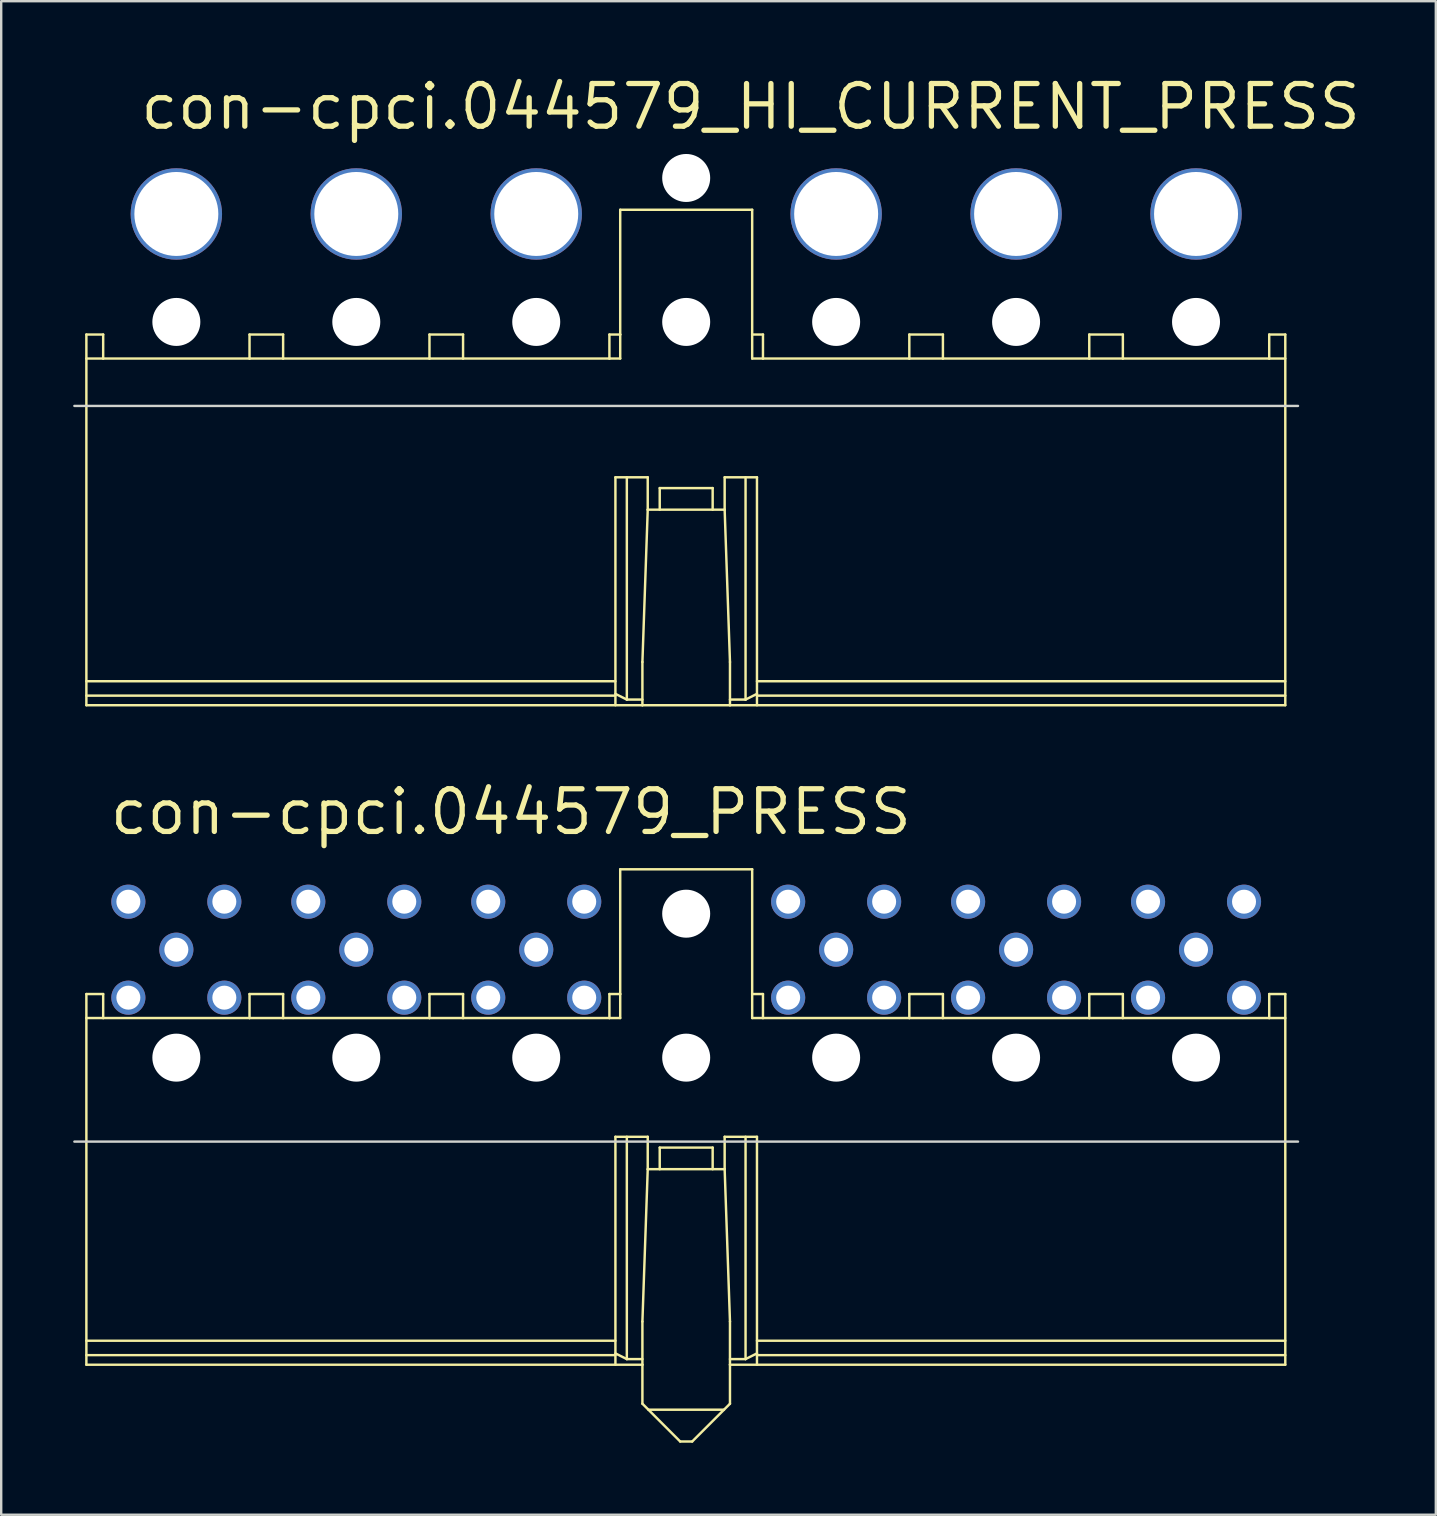
<source format=kicad_pcb>
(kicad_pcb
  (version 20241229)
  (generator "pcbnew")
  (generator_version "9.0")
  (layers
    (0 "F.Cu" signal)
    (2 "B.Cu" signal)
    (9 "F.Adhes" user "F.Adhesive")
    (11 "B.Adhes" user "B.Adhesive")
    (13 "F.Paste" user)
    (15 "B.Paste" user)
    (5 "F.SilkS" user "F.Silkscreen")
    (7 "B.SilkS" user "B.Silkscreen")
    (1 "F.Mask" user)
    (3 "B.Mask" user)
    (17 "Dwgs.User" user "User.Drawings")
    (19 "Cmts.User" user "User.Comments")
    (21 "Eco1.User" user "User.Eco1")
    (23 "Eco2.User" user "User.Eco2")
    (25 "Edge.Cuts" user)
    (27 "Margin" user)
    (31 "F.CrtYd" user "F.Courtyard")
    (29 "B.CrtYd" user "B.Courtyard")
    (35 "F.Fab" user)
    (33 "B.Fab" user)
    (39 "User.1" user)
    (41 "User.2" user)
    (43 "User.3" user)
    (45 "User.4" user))
  (footprint "con-cpci.044579_PRESS"
    (layer "F.Cu")
    (at 25.55 41.032)
    (property "Reference" "con-cpci.044579_PRESS" (at -24.13 -9.2 0) (layer "F.SilkS") (effects (font (size 1.778 1.778) (thickness 0.22)) (justify left bottom)))
    (attr through_hole)
    (fp_line (start -25 -2.651) (end -25 12.799) (stroke (width 0.102) (type default)) (layer "F.SilkS"))
    (fp_line (start -25 -1.651) (end -24.3 -1.651) (stroke (width 0.102) (type default)) (layer "F.SilkS"))
    (fp_line (start -25 11.799) (end -2.95 11.799) (stroke (width 0.102) (type default)) (layer "F.SilkS"))
    (fp_line (start -25 12.399) (end -2.95 12.399) (stroke (width 0.102) (type default)) (layer "F.SilkS"))
    (fp_line (start -25 12.799) (end -1.825 12.799) (stroke (width 0.102) (type default)) (layer "F.SilkS"))
    (fp_line (start -24.3 -2.651) (end -25 -2.651) (stroke (width 0.102) (type default)) (layer "F.SilkS"))
    (fp_line (start -24.3 -1.651) (end -24.3 -2.651) (stroke (width 0.102) (type default)) (layer "F.SilkS"))
    (fp_line (start -18.2 -2.651) (end -18.2 -1.651) (stroke (width 0.102) (type default)) (layer "F.SilkS"))
    (fp_line (start -18.2 -1.651) (end -24.3 -1.651) (stroke (width 0.102) (type default)) (layer "F.SilkS"))
    (fp_line (start -18.2 -1.651) (end -16.8 -1.651) (stroke (width 0.102) (type default)) (layer "F.SilkS"))
    (fp_line (start -16.8 -2.651) (end -18.2 -2.651) (stroke (width 0.102) (type default)) (layer "F.SilkS"))
    (fp_line (start -16.8 -1.651) (end -16.8 -2.651) (stroke (width 0.102) (type default)) (layer "F.SilkS"))
    (fp_line (start -10.7 -2.651) (end -10.7 -1.651) (stroke (width 0.102) (type default)) (layer "F.SilkS"))
    (fp_line (start -10.7 -1.651) (end -16.8 -1.651) (stroke (width 0.102) (type default)) (layer "F.SilkS"))
    (fp_line (start -10.7 -1.651) (end -9.3 -1.651) (stroke (width 0.102) (type default)) (layer "F.SilkS"))
    (fp_line (start -9.3 -2.651) (end -10.7 -2.651) (stroke (width 0.102) (type default)) (layer "F.SilkS"))
    (fp_line (start -9.3 -1.651) (end -9.3 -2.651) (stroke (width 0.102) (type default)) (layer "F.SilkS"))
    (fp_line (start -3.2 -2.651) (end -3.2 -1.651) (stroke (width 0.102) (type default)) (layer "F.SilkS"))
    (fp_line (start -3.2 -1.651) (end -9.3 -1.651) (stroke (width 0.102) (type default)) (layer "F.SilkS"))
    (fp_line (start -3.2 -1.651) (end -2.75 -1.651) (stroke (width 0.102) (type default)) (layer "F.SilkS"))
    (fp_line (start -2.95 3.299) (end -1.603 3.299) (stroke (width 0.102) (type default)) (layer "F.SilkS"))
    (fp_line (start -2.95 12.326) (end -2.474 12.564) (stroke (width 0.102) (type default)) (layer "F.SilkS"))
    (fp_line (start -2.95 12.799) (end -2.95 3.299) (stroke (width 0.102) (type default)) (layer "F.SilkS"))
    (fp_line (start -2.75 -7.851) (end -2.75 -2.651) (stroke (width 0.102) (type default)) (layer "F.SilkS"))
    (fp_line (start -2.75 -7.851) (end 2.75 -7.851) (stroke (width 0.102) (type default)) (layer "F.SilkS"))
    (fp_line (start -2.75 -2.651) (end -3.2 -2.651) (stroke (width 0.102) (type default)) (layer "F.SilkS"))
    (fp_line (start -2.75 -1.651) (end -2.75 -2.651) (stroke (width 0.102) (type default)) (layer "F.SilkS"))
    (fp_line (start -2.474 12.564) (end -2.474 3.299) (stroke (width 0.102) (type default)) (layer "F.SilkS"))
    (fp_line (start -2.474 12.564) (end -1.825 12.564) (stroke (width 0.102) (type default)) (layer "F.SilkS"))
    (fp_line (start -1.825 10.999) (end -1.603 4.649) (stroke (width 0.102) (type default)) (layer "F.SilkS"))
    (fp_line (start -1.825 12.799) (end -1.825 10.999) (stroke (width 0.102) (type default)) (layer "F.SilkS"))
    (fp_line (start -1.825 12.799) (end -1.825 14.424) (stroke (width 0.102) (type default)) (layer "F.SilkS"))
    (fp_line (start -1.825 14.424) (end -0.25 15.999) (stroke (width 0.102) (type default)) (layer "F.SilkS"))
    (fp_line (start -1.603 4.649) (end -1.603 3.299) (stroke (width 0.102) (type default)) (layer "F.SilkS"))
    (fp_line (start -1.103 3.749) (end -1.103 4.649) (stroke (width 0.102) (type default)) (layer "F.SilkS"))
    (fp_line (start -1.103 3.749) (end 1.103 3.749) (stroke (width 0.102) (type default)) (layer "F.SilkS"))
    (fp_line (start 0.25 15.999) (end -0.25 15.999) (stroke (width 0.102) (type default)) (layer "F.SilkS"))
    (fp_line (start 1.103 3.749) (end 1.103 4.649) (stroke (width 0.102) (type default)) (layer "F.SilkS"))
    (fp_line (start 1.575 14.674) (end -1.575 14.674) (stroke (width 0.102) (type default)) (layer "F.SilkS"))
    (fp_line (start 1.603 4.649) (end -1.603 4.649) (stroke (width 0.102) (type default)) (layer "F.SilkS"))
    (fp_line (start 1.603 4.649) (end 1.603 3.299) (stroke (width 0.102) (type default)) (layer "F.SilkS"))
    (fp_line (start 1.825 10.999) (end 1.603 4.649) (stroke (width 0.102) (type default)) (layer "F.SilkS"))
    (fp_line (start 1.825 12.799) (end 1.825 10.999) (stroke (width 0.102) (type default)) (layer "F.SilkS"))
    (fp_line (start 1.825 12.799) (end 1.825 14.424) (stroke (width 0.102) (type default)) (layer "F.SilkS"))
    (fp_line (start 1.825 14.424) (end 0.25 15.999) (stroke (width 0.102) (type default)) (layer "F.SilkS"))
    (fp_line (start 2.474 12.564) (end 1.825 12.564) (stroke (width 0.102) (type default)) (layer "F.SilkS"))
    (fp_line (start 2.474 12.564) (end 2.474 3.299) (stroke (width 0.102) (type default)) (layer "F.SilkS"))
    (fp_line (start 2.75 -7.851) (end 2.75 -2.651) (stroke (width 0.102) (type default)) (layer "F.SilkS"))
    (fp_line (start 2.75 -2.651) (end 3.2 -2.651) (stroke (width 0.102) (type default)) (layer "F.SilkS"))
    (fp_line (start 2.75 -1.651) (end 2.75 -2.651) (stroke (width 0.102) (type default)) (layer "F.SilkS"))
    (fp_line (start 2.95 3.299) (end 1.603 3.299) (stroke (width 0.102) (type default)) (layer "F.SilkS"))
    (fp_line (start 2.95 11.799) (end 24.97 11.799) (stroke (width 0.102) (type default)) (layer "F.SilkS"))
    (fp_line (start 2.95 12.326) (end 2.474 12.564) (stroke (width 0.102) (type default)) (layer "F.SilkS"))
    (fp_line (start 2.95 12.399) (end 24.97 12.399) (stroke (width 0.102) (type default)) (layer "F.SilkS"))
    (fp_line (start 2.95 12.799) (end 2.95 3.299) (stroke (width 0.102) (type default)) (layer "F.SilkS"))
    (fp_line (start 3.2 -2.651) (end 3.2 -1.651) (stroke (width 0.102) (type default)) (layer "F.SilkS"))
    (fp_line (start 3.2 -1.651) (end 2.75 -1.651) (stroke (width 0.102) (type default)) (layer "F.SilkS"))
    (fp_line (start 3.2 -1.651) (end 9.3 -1.651) (stroke (width 0.102) (type default)) (layer "F.SilkS"))
    (fp_line (start 9.3 -2.651) (end 10.7 -2.651) (stroke (width 0.102) (type default)) (layer "F.SilkS"))
    (fp_line (start 9.3 -1.651) (end 9.3 -2.651) (stroke (width 0.102) (type default)) (layer "F.SilkS"))
    (fp_line (start 10.7 -2.651) (end 10.7 -1.651) (stroke (width 0.102) (type default)) (layer "F.SilkS"))
    (fp_line (start 10.7 -1.651) (end 9.3 -1.651) (stroke (width 0.102) (type default)) (layer "F.SilkS"))
    (fp_line (start 10.7 -1.651) (end 16.8 -1.651) (stroke (width 0.102) (type default)) (layer "F.SilkS"))
    (fp_line (start 16.8 -2.651) (end 18.2 -2.651) (stroke (width 0.102) (type default)) (layer "F.SilkS"))
    (fp_line (start 16.8 -1.651) (end 16.8 -2.651) (stroke (width 0.102) (type default)) (layer "F.SilkS"))
    (fp_line (start 18.2 -2.651) (end 18.2 -1.651) (stroke (width 0.102) (type default)) (layer "F.SilkS"))
    (fp_line (start 18.2 -1.651) (end 16.8 -1.651) (stroke (width 0.102) (type default)) (layer "F.SilkS"))
    (fp_line (start 18.2 -1.651) (end 24.3 -1.651) (stroke (width 0.102) (type default)) (layer "F.SilkS"))
    (fp_line (start 24.3 -2.651) (end 24.97 -2.651) (stroke (width 0.102) (type default)) (layer "F.SilkS"))
    (fp_line (start 24.3 -1.651) (end 24.3 -2.651) (stroke (width 0.102) (type default)) (layer "F.SilkS"))
    (fp_line (start 24.3 -1.651) (end 24.97 -1.651) (stroke (width 0.102) (type default)) (layer "F.SilkS"))
    (fp_line (start 24.97 -2.651) (end 24.97 12.799) (stroke (width 0.102) (type default)) (layer "F.SilkS"))
    (fp_line (start 24.97 12.799) (end 1.825 12.799) (stroke (width 0.102) (type default)) (layer "F.SilkS"))
    (fp_line (start -25.5 3.5) (end 25.5 3.5) (stroke (width 0.1) (type default)) (layer "Edge.Cuts"))
    (pad "" np_thru_hole circle (at -21.25 0) (size 2 2) (drill 2) (layers "*.Cu" "*.Mask"))
    (pad "" np_thru_hole circle (at -13.75 0) (size 2 2) (drill 2) (layers "*.Cu" "*.Mask"))
    (pad "" np_thru_hole circle (at -6.25 0) (size 2 2) (drill 2) (layers "*.Cu" "*.Mask"))
    (pad "" np_thru_hole circle (at 0 -6) (size 2 2) (drill 2) (layers "*.Cu" "*.Mask"))
    (pad "" np_thru_hole circle (at 0 0) (size 2 2) (drill 2) (layers "*.Cu" "*.Mask"))
    (pad "" np_thru_hole circle (at 6.25 0) (size 2 2) (drill 2) (layers "*.Cu" "*.Mask"))
    (pad "" np_thru_hole circle (at 13.75 0) (size 2 2) (drill 2) (layers "*.Cu" "*.Mask"))
    (pad "" np_thru_hole circle (at 21.25 0) (size 2 2) (drill 2) (layers "*.Cu" "*.Mask"))
    (pad "2" thru_hole circle (at 21.25 -4.5) (size 1.422 1.422) (drill 1) (layers "*.Cu" "*.Mask"))
    (pad "2.1" thru_hole circle (at 23.25 -6.5) (size 1.422 1.422) (drill 1) (layers "*.Cu" "*.Mask"))
    (pad "2.2" thru_hole circle (at 23.25 -2.5) (size 1.422 1.422) (drill 1) (layers "*.Cu" "*.Mask"))
    (pad "2.3" thru_hole circle (at 19.25 -2.5) (size 1.422 1.422) (drill 1) (layers "*.Cu" "*.Mask"))
    (pad "2.4" thru_hole circle (at 19.25 -6.5) (size 1.422 1.422) (drill 1) (layers "*.Cu" "*.Mask"))
    (pad "6" thru_hole circle (at 13.75 -4.5) (size 1.422 1.422) (drill 1) (layers "*.Cu" "*.Mask"))
    (pad "6.1" thru_hole circle (at 15.75 -6.5) (size 1.422 1.422) (drill 1) (layers "*.Cu" "*.Mask"))
    (pad "6.2" thru_hole circle (at 15.75 -2.5) (size 1.422 1.422) (drill 1) (layers "*.Cu" "*.Mask"))
    (pad "6.3" thru_hole circle (at 11.75 -2.5) (size 1.422 1.422) (drill 1) (layers "*.Cu" "*.Mask"))
    (pad "6.4" thru_hole circle (at 11.75 -6.5) (size 1.422 1.422) (drill 1) (layers "*.Cu" "*.Mask"))
    (pad "10" thru_hole circle (at 6.25 -4.5) (size 1.422 1.422) (drill 1) (layers "*.Cu" "*.Mask"))
    (pad "10.1" thru_hole circle (at 8.25 -6.5) (size 1.422 1.422) (drill 1) (layers "*.Cu" "*.Mask"))
    (pad "10.2" thru_hole circle (at 8.25 -2.5) (size 1.422 1.422) (drill 1) (layers "*.Cu" "*.Mask"))
    (pad "10.3" thru_hole circle (at 4.25 -2.5) (size 1.422 1.422) (drill 1) (layers "*.Cu" "*.Mask"))
    (pad "10.4" thru_hole circle (at 4.25 -6.5) (size 1.422 1.422) (drill 1) (layers "*.Cu" "*.Mask"))
    (pad "16" thru_hole circle (at -6.25 -4.5) (size 1.422 1.422) (drill 1) (layers "*.Cu" "*.Mask"))
    (pad "16.1" thru_hole circle (at -4.25 -6.5) (size 1.422 1.422) (drill 1) (layers "*.Cu" "*.Mask"))
    (pad "16.2" thru_hole circle (at -4.25 -2.5) (size 1.422 1.422) (drill 1) (layers "*.Cu" "*.Mask"))
    (pad "16.3" thru_hole circle (at -8.25 -2.5) (size 1.422 1.422) (drill 1) (layers "*.Cu" "*.Mask"))
    (pad "16.4" thru_hole circle (at -8.25 -6.5) (size 1.422 1.422) (drill 1) (layers "*.Cu" "*.Mask"))
    (pad "20" thru_hole circle (at -13.75 -4.5) (size 1.422 1.422) (drill 1) (layers "*.Cu" "*.Mask"))
    (pad "20.1" thru_hole circle (at -11.75 -6.5) (size 1.422 1.422) (drill 1) (layers "*.Cu" "*.Mask"))
    (pad "20.2" thru_hole circle (at -11.75 -2.5) (size 1.422 1.422) (drill 1) (layers "*.Cu" "*.Mask"))
    (pad "20.3" thru_hole circle (at -15.75 -2.5) (size 1.422 1.422) (drill 1) (layers "*.Cu" "*.Mask"))
    (pad "20.4" thru_hole circle (at -15.75 -6.5) (size 1.422 1.422) (drill 1) (layers "*.Cu" "*.Mask"))
    (pad "24" thru_hole circle (at -21.25 -4.5) (size 1.422 1.422) (drill 1) (layers "*.Cu" "*.Mask"))
    (pad "24.1" thru_hole circle (at -19.25 -6.5) (size 1.422 1.422) (drill 1) (layers "*.Cu" "*.Mask"))
    (pad "24.2" thru_hole circle (at -19.25 -2.5) (size 1.422 1.422) (drill 1) (layers "*.Cu" "*.Mask"))
    (pad "24.3" thru_hole circle (at -23.25 -2.5) (size 1.422 1.422) (drill 1) (layers "*.Cu" "*.Mask"))
    (pad "24.4" thru_hole circle (at -23.25 -6.5) (size 1.422 1.422) (drill 1) (layers "*.Cu" "*.Mask")))
  (footprint "con-cpci.044579_HI_CURRENT_PRESS"
    (layer "F.Cu")
    (at 25.55 10.368)
    (property "Reference" "con-cpci.044579_HI_CURRENT_PRESS" (at -22.86 -7.93 0) (layer "F.SilkS") (effects (font (size 1.778 1.778) (thickness 0.22)) (justify left bottom)))
    (attr through_hole)
    (fp_line (start -25 0.525) (end -25 15.975) (stroke (width 0.102) (type default)) (layer "F.SilkS"))
    (fp_line (start -25 1.525) (end -24.3 1.525) (stroke (width 0.102) (type default)) (layer "F.SilkS"))
    (fp_line (start -25 14.975) (end -2.95 14.975) (stroke (width 0.102) (type default)) (layer "F.SilkS"))
    (fp_line (start -25 15.575) (end -2.95 15.575) (stroke (width 0.102) (type default)) (layer "F.SilkS"))
    (fp_line (start -25 15.975) (end -1.825 15.975) (stroke (width 0.102) (type default)) (layer "F.SilkS"))
    (fp_line (start -24.3 0.525) (end -25 0.525) (stroke (width 0.102) (type default)) (layer "F.SilkS"))
    (fp_line (start -24.3 1.525) (end -24.3 0.525) (stroke (width 0.102) (type default)) (layer "F.SilkS"))
    (fp_line (start -18.2 0.525) (end -18.2 1.525) (stroke (width 0.102) (type default)) (layer "F.SilkS"))
    (fp_line (start -18.2 1.525) (end -24.3 1.525) (stroke (width 0.102) (type default)) (layer "F.SilkS"))
    (fp_line (start -18.2 1.525) (end -16.8 1.525) (stroke (width 0.102) (type default)) (layer "F.SilkS"))
    (fp_line (start -16.8 0.525) (end -18.2 0.525) (stroke (width 0.102) (type default)) (layer "F.SilkS"))
    (fp_line (start -16.8 1.525) (end -16.8 0.525) (stroke (width 0.102) (type default)) (layer "F.SilkS"))
    (fp_line (start -10.7 0.525) (end -10.7 1.525) (stroke (width 0.102) (type default)) (layer "F.SilkS"))
    (fp_line (start -10.7 1.525) (end -16.8 1.525) (stroke (width 0.102) (type default)) (layer "F.SilkS"))
    (fp_line (start -10.7 1.525) (end -9.3 1.525) (stroke (width 0.102) (type default)) (layer "F.SilkS"))
    (fp_line (start -9.3 0.525) (end -10.7 0.525) (stroke (width 0.102) (type default)) (layer "F.SilkS"))
    (fp_line (start -9.3 1.525) (end -9.3 0.525) (stroke (width 0.102) (type default)) (layer "F.SilkS"))
    (fp_line (start -3.2 0.525) (end -3.2 1.525) (stroke (width 0.102) (type default)) (layer "F.SilkS"))
    (fp_line (start -3.2 1.525) (end -9.3 1.525) (stroke (width 0.102) (type default)) (layer "F.SilkS"))
    (fp_line (start -3.2 1.525) (end -2.75 1.525) (stroke (width 0.102) (type default)) (layer "F.SilkS"))
    (fp_line (start -2.95 6.475) (end -1.603 6.475) (stroke (width 0.102) (type default)) (layer "F.SilkS"))
    (fp_line (start -2.95 15.502) (end -2.474 15.74) (stroke (width 0.102) (type default)) (layer "F.SilkS"))
    (fp_line (start -2.95 15.975) (end -2.95 6.475) (stroke (width 0.102) (type default)) (layer "F.SilkS"))
    (fp_line (start -2.75 -4.675) (end -2.75 0.525) (stroke (width 0.102) (type default)) (layer "F.SilkS"))
    (fp_line (start -2.75 -4.675) (end 2.75 -4.675) (stroke (width 0.102) (type default)) (layer "F.SilkS"))
    (fp_line (start -2.75 0.525) (end -3.2 0.525) (stroke (width 0.102) (type default)) (layer "F.SilkS"))
    (fp_line (start -2.75 1.525) (end -2.75 0.525) (stroke (width 0.102) (type default)) (layer "F.SilkS"))
    (fp_line (start -2.474 15.74) (end -2.474 6.475) (stroke (width 0.102) (type default)) (layer "F.SilkS"))
    (fp_line (start -2.474 15.74) (end -1.825 15.74) (stroke (width 0.102) (type default)) (layer "F.SilkS"))
    (fp_line (start -1.825 14.175) (end -1.603 7.825) (stroke (width 0.102) (type default)) (layer "F.SilkS"))
    (fp_line (start -1.825 15.975) (end -1.825 14.175) (stroke (width 0.102) (type default)) (layer "F.SilkS"))
    (fp_line (start -1.825 15.975) (end 1.825 15.975) (stroke (width 0.102) (type default)) (layer "F.SilkS"))
    (fp_line (start -1.603 7.825) (end -1.603 6.475) (stroke (width 0.102) (type default)) (layer "F.SilkS"))
    (fp_line (start -1.103 6.925) (end -1.103 7.825) (stroke (width 0.102) (type default)) (layer "F.SilkS"))
    (fp_line (start -1.103 6.925) (end 1.103 6.925) (stroke (width 0.102) (type default)) (layer "F.SilkS"))
    (fp_line (start 1.103 6.925) (end 1.103 7.825) (stroke (width 0.102) (type default)) (layer "F.SilkS"))
    (fp_line (start 1.603 7.825) (end -1.603 7.825) (stroke (width 0.102) (type default)) (layer "F.SilkS"))
    (fp_line (start 1.603 7.825) (end 1.603 6.475) (stroke (width 0.102) (type default)) (layer "F.SilkS"))
    (fp_line (start 1.825 14.175) (end 1.603 7.825) (stroke (width 0.102) (type default)) (layer "F.SilkS"))
    (fp_line (start 1.825 15.975) (end 1.825 14.175) (stroke (width 0.102) (type default)) (layer "F.SilkS"))
    (fp_line (start 2.474 15.74) (end 1.825 15.74) (stroke (width 0.102) (type default)) (layer "F.SilkS"))
    (fp_line (start 2.474 15.74) (end 2.474 6.475) (stroke (width 0.102) (type default)) (layer "F.SilkS"))
    (fp_line (start 2.75 -4.675) (end 2.75 0.525) (stroke (width 0.102) (type default)) (layer "F.SilkS"))
    (fp_line (start 2.75 0.525) (end 3.2 0.525) (stroke (width 0.102) (type default)) (layer "F.SilkS"))
    (fp_line (start 2.75 1.525) (end 2.75 0.525) (stroke (width 0.102) (type default)) (layer "F.SilkS"))
    (fp_line (start 2.95 6.475) (end 1.603 6.475) (stroke (width 0.102) (type default)) (layer "F.SilkS"))
    (fp_line (start 2.95 14.975) (end 24.97 14.975) (stroke (width 0.102) (type default)) (layer "F.SilkS"))
    (fp_line (start 2.95 15.502) (end 2.474 15.74) (stroke (width 0.102) (type default)) (layer "F.SilkS"))
    (fp_line (start 2.95 15.575) (end 24.97 15.575) (stroke (width 0.102) (type default)) (layer "F.SilkS"))
    (fp_line (start 2.95 15.975) (end 2.95 6.475) (stroke (width 0.102) (type default)) (layer "F.SilkS"))
    (fp_line (start 3.2 0.525) (end 3.2 1.525) (stroke (width 0.102) (type default)) (layer "F.SilkS"))
    (fp_line (start 3.2 1.525) (end 2.75 1.525) (stroke (width 0.102) (type default)) (layer "F.SilkS"))
    (fp_line (start 3.2 1.525) (end 9.3 1.525) (stroke (width 0.102) (type default)) (layer "F.SilkS"))
    (fp_line (start 9.3 0.525) (end 10.7 0.525) (stroke (width 0.102) (type default)) (layer "F.SilkS"))
    (fp_line (start 9.3 1.525) (end 9.3 0.525) (stroke (width 0.102) (type default)) (layer "F.SilkS"))
    (fp_line (start 10.7 0.525) (end 10.7 1.525) (stroke (width 0.102) (type default)) (layer "F.SilkS"))
    (fp_line (start 10.7 1.525) (end 9.3 1.525) (stroke (width 0.102) (type default)) (layer "F.SilkS"))
    (fp_line (start 10.7 1.525) (end 16.8 1.525) (stroke (width 0.102) (type default)) (layer "F.SilkS"))
    (fp_line (start 16.8 0.525) (end 18.2 0.525) (stroke (width 0.102) (type default)) (layer "F.SilkS"))
    (fp_line (start 16.8 1.525) (end 16.8 0.525) (stroke (width 0.102) (type default)) (layer "F.SilkS"))
    (fp_line (start 18.2 0.525) (end 18.2 1.525) (stroke (width 0.102) (type default)) (layer "F.SilkS"))
    (fp_line (start 18.2 1.525) (end 16.8 1.525) (stroke (width 0.102) (type default)) (layer "F.SilkS"))
    (fp_line (start 18.2 1.525) (end 24.3 1.525) (stroke (width 0.102) (type default)) (layer "F.SilkS"))
    (fp_line (start 24.3 0.525) (end 24.97 0.525) (stroke (width 0.102) (type default)) (layer "F.SilkS"))
    (fp_line (start 24.3 1.525) (end 24.3 0.525) (stroke (width 0.102) (type default)) (layer "F.SilkS"))
    (fp_line (start 24.3 1.525) (end 24.97 1.525) (stroke (width 0.102) (type default)) (layer "F.SilkS"))
    (fp_line (start 24.97 0.525) (end 24.97 15.975) (stroke (width 0.102) (type default)) (layer "F.SilkS"))
    (fp_line (start 24.97 15.975) (end 1.825 15.975) (stroke (width 0.102) (type default)) (layer "F.SilkS"))
    (fp_line (start -25.5 3.5) (end 25.5 3.5) (stroke (width 0.1) (type default)) (layer "Edge.Cuts"))
    (pad "" np_thru_hole circle (at -21.25 0) (size 2 2) (drill 2) (layers "*.Cu" "*.Mask"))
    (pad "" np_thru_hole circle (at -13.75 0) (size 2 2) (drill 2) (layers "*.Cu" "*.Mask"))
    (pad "" np_thru_hole circle (at -6.25 0) (size 2 2) (drill 2) (layers "*.Cu" "*.Mask"))
    (pad "" np_thru_hole circle (at 0 -6) (size 2 2) (drill 2) (layers "*.Cu" "*.Mask"))
    (pad "" np_thru_hole circle (at 0 0) (size 2 2) (drill 2) (layers "*.Cu" "*.Mask"))
    (pad "" np_thru_hole circle (at 6.25 0) (size 2 2) (drill 2) (layers "*.Cu" "*.Mask"))
    (pad "" np_thru_hole circle (at 13.75 0) (size 2 2) (drill 2) (layers "*.Cu" "*.Mask"))
    (pad "" np_thru_hole circle (at 21.25 0) (size 2 2) (drill 2) (layers "*.Cu" "*.Mask"))
    (pad "2" thru_hole circle (at 21.25 -4.5) (size 3.81 3.81) (drill 3.5) (layers "*.Cu" "*.Mask"))
    (pad "6" thru_hole circle (at 13.75 -4.5) (size 3.81 3.81) (drill 3.5) (layers "*.Cu" "*.Mask"))
    (pad "10" thru_hole circle (at 6.25 -4.5) (size 3.81 3.81) (drill 3.5) (layers "*.Cu" "*.Mask"))
    (pad "16" thru_hole circle (at -6.25 -4.5) (size 3.81 3.81) (drill 3.5) (layers "*.Cu" "*.Mask"))
    (pad "20" thru_hole circle (at -13.75 -4.5) (size 3.81 3.81) (drill 3.5) (layers "*.Cu" "*.Mask"))
    (pad "24" thru_hole circle (at -21.25 -4.5) (size 3.81 3.81) (drill 3.5) (layers "*.Cu" "*.Mask")))
  (gr_rect
    (start -3 -3)
    (end 56.794 60.082)
    (stroke (width 0.1) (type default))
    (fill no)
    (layer "Edge.Cuts")))
</source>
